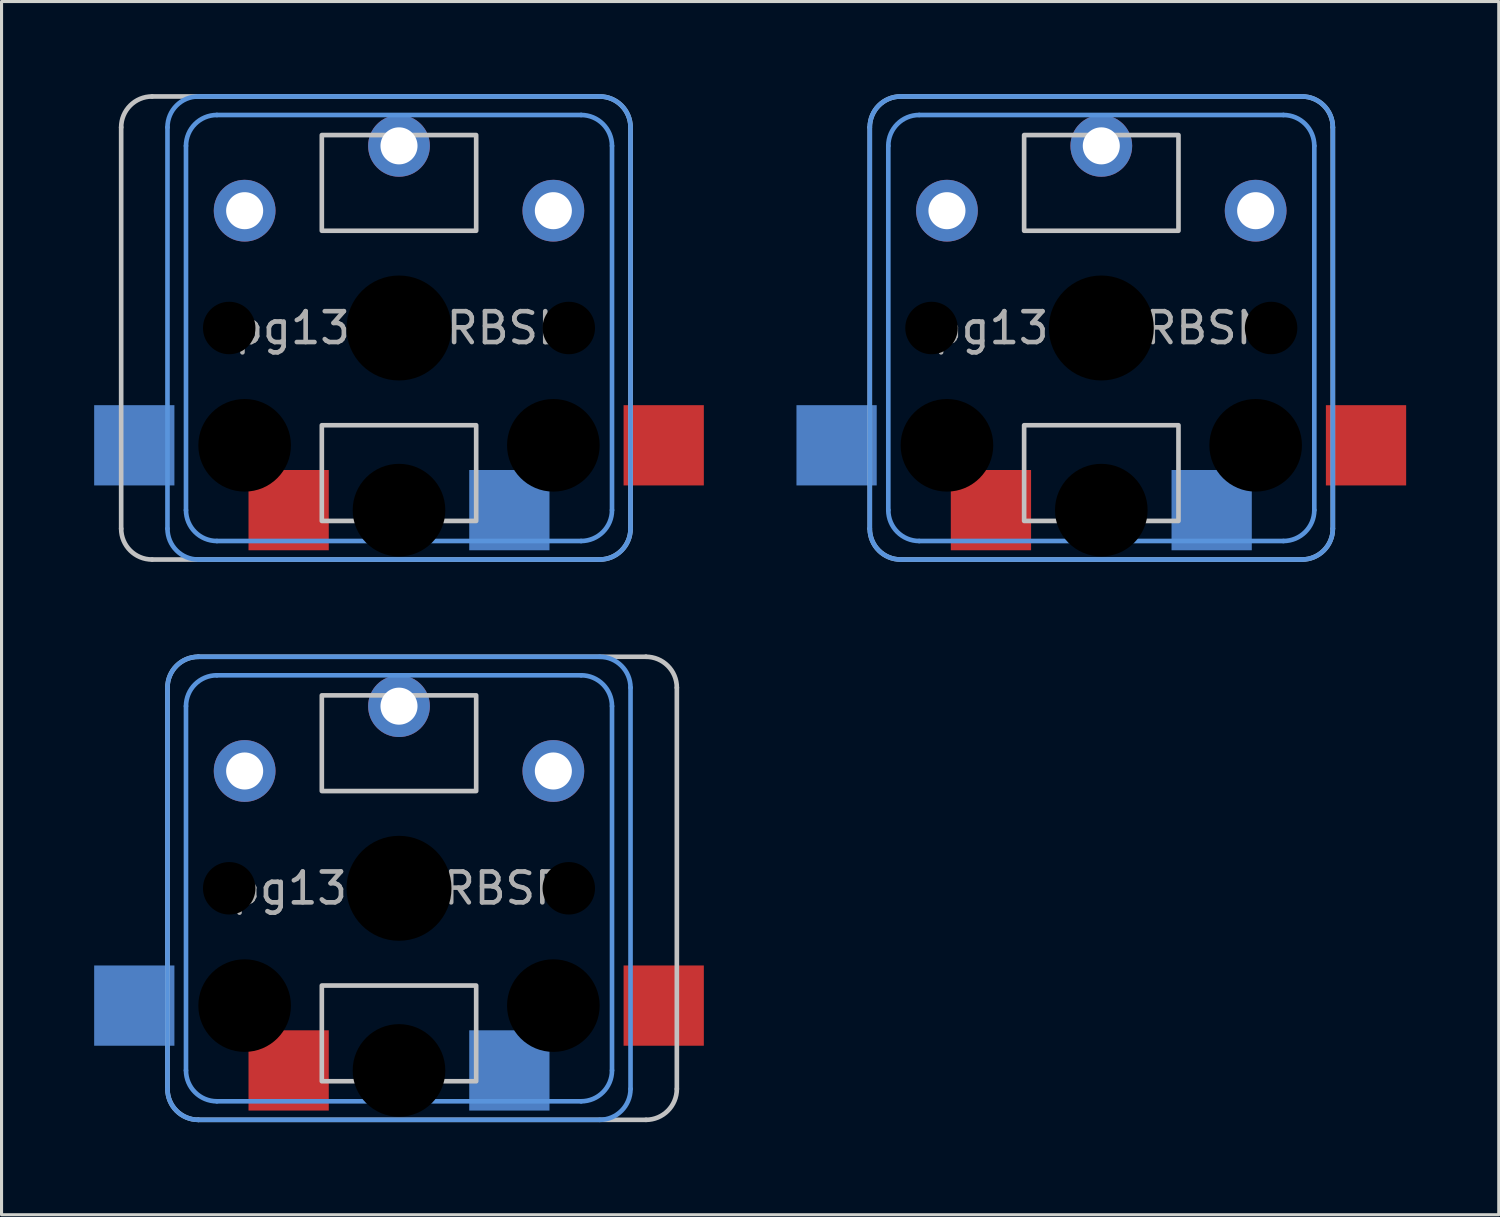
<source format=kicad_pcb>
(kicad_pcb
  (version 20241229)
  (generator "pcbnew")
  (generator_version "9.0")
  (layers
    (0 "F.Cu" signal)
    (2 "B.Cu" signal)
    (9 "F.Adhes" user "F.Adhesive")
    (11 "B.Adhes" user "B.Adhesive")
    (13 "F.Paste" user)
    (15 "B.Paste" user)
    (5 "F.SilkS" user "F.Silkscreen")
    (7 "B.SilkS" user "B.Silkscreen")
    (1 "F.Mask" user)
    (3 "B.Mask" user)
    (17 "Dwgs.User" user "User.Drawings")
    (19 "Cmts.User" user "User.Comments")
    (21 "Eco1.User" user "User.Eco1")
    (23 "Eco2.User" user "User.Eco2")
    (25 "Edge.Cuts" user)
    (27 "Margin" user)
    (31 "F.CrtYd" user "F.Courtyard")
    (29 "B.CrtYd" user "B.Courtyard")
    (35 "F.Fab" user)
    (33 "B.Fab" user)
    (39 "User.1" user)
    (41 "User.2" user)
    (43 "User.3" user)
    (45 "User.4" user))
  (footprint "pg1350-RBSN"
    (layer "F.Cu")
    (at 32.625 7.575)
    (property "Reference" "pg1350-RBSN" (at 0 0 0) (layer "F.Fab") (effects (font (size 1 1) (thickness 0.15))))
    (attr through_hole)
    (fp_line (start -7.5 6.5) (end -7.5 -6.5) (stroke (width 0.15) (type solid)) (layer "Dwgs.User"))
    (fp_line (start -6.5 -7.5) (end 6.5 -7.5) (stroke (width 0.15) (type solid)) (layer "Dwgs.User"))
    (fp_line (start 6.5 7.5) (end -6.5 7.5) (stroke (width 0.15) (type solid)) (layer "Dwgs.User"))
    (fp_line (start 7.5 -6.5) (end 7.5 6.5) (stroke (width 0.15) (type solid)) (layer "Dwgs.User"))
    (fp_rect (start 2.5 -6.25) (end -2.5 -3.15) (stroke (width 0.15) (type solid)) (fill no) (layer "Dwgs.User"))
    (fp_rect (start 2.5 6.25) (end -2.5 3.15) (stroke (width 0.15) (type solid)) (fill no) (layer "Dwgs.User"))
    (fp_arc (start -7.5 -6.5) (mid -7.207107 -7.207107) (end -6.5 -7.5) (stroke (width 0.15) (type solid)) (layer "Dwgs.User"))
    (fp_arc (start -6.5 7.5) (mid -7.207107 7.207107) (end -7.5 6.5) (stroke (width 0.15) (type solid)) (layer "Dwgs.User"))
    (fp_arc (start 6.5 -7.5) (mid 7.207107 -7.207107) (end 7.5 -6.5) (stroke (width 0.15) (type solid)) (layer "Dwgs.User"))
    (fp_arc (start 7.5 6.5) (mid 7.207107 7.207107) (end 6.5 7.5) (stroke (width 0.15) (type solid)) (layer "Dwgs.User"))
    (fp_line (start -7.5 6.5) (end -7.5 -6.5) (stroke (width 0.15) (type solid)) (layer "Cmts.User"))
    (fp_line (start -6.9 5.9) (end -6.9 -5.9) (stroke (width 0.15) (type solid)) (layer "Cmts.User"))
    (fp_line (start -6.5 -7.5) (end 6.5 -7.5) (stroke (width 0.15) (type solid)) (layer "Cmts.User"))
    (fp_line (start -5.9 -6.9) (end 5.9 -6.9) (stroke (width 0.15) (type solid)) (layer "Cmts.User"))
    (fp_line (start 5.9 6.9) (end -5.9 6.9) (stroke (width 0.15) (type solid)) (layer "Cmts.User"))
    (fp_line (start 6.5 7.5) (end -6.5 7.5) (stroke (width 0.15) (type solid)) (layer "Cmts.User"))
    (fp_line (start 6.9 -5.9) (end 6.9 5.9) (stroke (width 0.15) (type solid)) (layer "Cmts.User"))
    (fp_line (start 7.5 -6.5) (end 7.5 6.5) (stroke (width 0.15) (type solid)) (layer "Cmts.User"))
    (fp_arc (start -7.5 -6.5) (mid -7.207107 -7.207107) (end -6.5 -7.5) (stroke (width 0.15) (type solid)) (layer "Cmts.User"))
    (fp_arc (start -6.9 -5.9) (mid -6.607107 -6.607107) (end -5.9 -6.9) (stroke (width 0.15) (type solid)) (layer "Cmts.User"))
    (fp_arc (start -6.5 7.5) (mid -7.207107 7.207107) (end -7.5 6.5) (stroke (width 0.15) (type solid)) (layer "Cmts.User"))
    (fp_arc (start -5.9 6.9) (mid -6.607107 6.607107) (end -6.9 5.9) (stroke (width 0.15) (type solid)) (layer "Cmts.User"))
    (fp_arc (start 5.9 -6.9) (mid 6.607107 -6.607107) (end 6.9 -5.9) (stroke (width 0.15) (type solid)) (layer "Cmts.User"))
    (fp_arc (start 6.5 -7.5) (mid 7.207107 -7.207107) (end 7.5 -6.5) (stroke (width 0.15) (type solid)) (layer "Cmts.User"))
    (fp_arc (start 6.9 5.9) (mid 6.607107 6.607107) (end 5.9 6.9) (stroke (width 0.15) (type solid)) (layer "Cmts.User"))
    (fp_arc (start 7.5 6.5) (mid 7.207107 7.207107) (end 6.5 7.5) (stroke (width 0.15) (type solid)) (layer "Cmts.User"))
    (pad "" np_thru_hole circle (at -5.5 0) (size 1.7 1.7) (drill 1.7) (layers "*.Mask"))
    (pad "" np_thru_hole circle (at -5 3.8 180) (size 3 3) (drill 3) (layers "*.Mask"))
    (pad "" np_thru_hole circle (at 0 0) (size 3.4 3.4) (drill 3.4) (layers "*.Mask"))
    (pad "" np_thru_hole circle (at 0 5.9 180) (size 3 3) (drill 3) (layers "*.Mask"))
    (pad "" np_thru_hole circle (at 5 3.8 180) (size 3 3) (drill 3) (layers "*.Mask"))
    (pad "" np_thru_hole circle (at 5.5 0) (size 1.7 1.7) (drill 1.7) (layers "*.Mask"))
    (pad "1" smd rect (at -3.575 5.9 180) (size 2.6 2.6) (layers "F.Cu" "F.Mask"))
    (pad "1" thru_hole circle (at 0 -5.9) (size 2 2) (drill 1.2) (layers "*.Cu" "*.Mask"))
    (pad "1" smd rect (at 3.575 5.9 180) (size 2.6 2.6) (layers "B.Cu" "B.Mask"))
    (pad "2" smd rect (at -8.575 3.8 180) (size 2.6 2.6) (layers "B.Cu" "B.Mask"))
    (pad "2" thru_hole circle (at -5 -3.8) (size 2 2) (drill 1.2) (layers "*.Cu" "F.Mask"))
    (pad "2" thru_hole circle (at 5 -3.8) (size 2 2) (drill 1.2) (layers "*.Cu" "B.Mask"))
    (pad "2" smd rect (at 8.575 3.8 180) (size 2.6 2.6) (layers "F.Cu" "F.Mask")))
  (footprint "pg1350-RBSR"
    (layer "F.Cu")
    (at 9.875 25.725)
    (property "Reference" "pg1350-RBSR" (at 0 0 0) (layer "F.Fab") (effects (font (size 1 1) (thickness 0.15))))
    (attr through_hole)
    (fp_line (start -7.5 6.5) (end -7.5 -6.5) (stroke (width 0.15) (type solid)) (layer "Dwgs.User"))
    (fp_line (start -6.5 -7.5) (end 8 -7.5) (stroke (width 0.15) (type solid)) (layer "Dwgs.User"))
    (fp_line (start 8 7.5) (end -6.5 7.5) (stroke (width 0.15) (type solid)) (layer "Dwgs.User"))
    (fp_line (start 9 -6.5) (end 9 6.5) (stroke (width 0.15) (type solid)) (layer "Dwgs.User"))
    (fp_rect (start 2.5 -6.25) (end -2.5 -3.15) (stroke (width 0.15) (type solid)) (fill no) (layer "Dwgs.User"))
    (fp_rect (start 2.5 6.25) (end -2.5 3.15) (stroke (width 0.15) (type solid)) (fill no) (layer "Dwgs.User"))
    (fp_arc (start -7.5 -6.5) (mid -7.207107 -7.207107) (end -6.5 -7.5) (stroke (width 0.15) (type solid)) (layer "Dwgs.User"))
    (fp_arc (start -6.5 7.5) (mid -7.207107 7.207107) (end -7.5 6.5) (stroke (width 0.15) (type solid)) (layer "Dwgs.User"))
    (fp_arc (start 8 -7.5) (mid 8.707107 -7.207107) (end 9 -6.5) (stroke (width 0.15) (type solid)) (layer "Dwgs.User"))
    (fp_arc (start 9 6.5) (mid 8.707107 7.207107) (end 8 7.5) (stroke (width 0.15) (type solid)) (layer "Dwgs.User"))
    (fp_line (start -7.5 6.5) (end -7.5 -6.5) (stroke (width 0.15) (type solid)) (layer "Cmts.User"))
    (fp_line (start -6.9 5.9) (end -6.9 -5.9) (stroke (width 0.15) (type solid)) (layer "Cmts.User"))
    (fp_line (start -6.5 -7.5) (end 6.5 -7.5) (stroke (width 0.15) (type solid)) (layer "Cmts.User"))
    (fp_line (start -5.9 -6.9) (end 5.9 -6.9) (stroke (width 0.15) (type solid)) (layer "Cmts.User"))
    (fp_line (start 5.9 6.9) (end -5.9 6.9) (stroke (width 0.15) (type solid)) (layer "Cmts.User"))
    (fp_line (start 6.5 7.5) (end -6.5 7.5) (stroke (width 0.15) (type solid)) (layer "Cmts.User"))
    (fp_line (start 6.9 -5.9) (end 6.9 5.9) (stroke (width 0.15) (type solid)) (layer "Cmts.User"))
    (fp_line (start 7.5 -6.5) (end 7.5 6.5) (stroke (width 0.15) (type solid)) (layer "Cmts.User"))
    (fp_arc (start -7.5 -6.5) (mid -7.207107 -7.207107) (end -6.5 -7.5) (stroke (width 0.15) (type solid)) (layer "Cmts.User"))
    (fp_arc (start -6.9 -5.9) (mid -6.607107 -6.607107) (end -5.9 -6.9) (stroke (width 0.15) (type solid)) (layer "Cmts.User"))
    (fp_arc (start -6.5 7.5) (mid -7.207107 7.207107) (end -7.5 6.5) (stroke (width 0.15) (type solid)) (layer "Cmts.User"))
    (fp_arc (start -5.9 6.9) (mid -6.607107 6.607107) (end -6.9 5.9) (stroke (width 0.15) (type solid)) (layer "Cmts.User"))
    (fp_arc (start 5.9 -6.9) (mid 6.607107 -6.607107) (end 6.9 -5.9) (stroke (width 0.15) (type solid)) (layer "Cmts.User"))
    (fp_arc (start 6.5 -7.5) (mid 7.207107 -7.207107) (end 7.5 -6.5) (stroke (width 0.15) (type solid)) (layer "Cmts.User"))
    (fp_arc (start 6.9 5.9) (mid 6.607107 6.607107) (end 5.9 6.9) (stroke (width 0.15) (type solid)) (layer "Cmts.User"))
    (fp_arc (start 7.5 6.5) (mid 7.207107 7.207107) (end 6.5 7.5) (stroke (width 0.15) (type solid)) (layer "Cmts.User"))
    (pad "" np_thru_hole circle (at -5.5 0) (size 1.7 1.7) (drill 1.7) (layers "*.Mask"))
    (pad "" np_thru_hole circle (at -5 3.8 180) (size 3 3) (drill 3) (layers "*.Mask"))
    (pad "" np_thru_hole circle (at 0 0) (size 3.4 3.4) (drill 3.4) (layers "*.Mask"))
    (pad "" np_thru_hole circle (at 0 5.9 180) (size 3 3) (drill 3) (layers "*.Mask"))
    (pad "" np_thru_hole circle (at 5 3.8 180) (size 3 3) (drill 3) (layers "*.Mask"))
    (pad "" np_thru_hole circle (at 5.5 0) (size 1.7 1.7) (drill 1.7) (layers "*.Mask"))
    (pad "1" smd rect (at -3.575 5.9 180) (size 2.6 2.6) (layers "F.Cu" "F.Mask"))
    (pad "1" thru_hole circle (at 0 -5.9) (size 2 2) (drill 1.2) (layers "*.Cu" "*.Mask"))
    (pad "1" smd rect (at 3.575 5.9 180) (size 2.6 2.6) (layers "B.Cu" "B.Mask"))
    (pad "2" smd rect (at -8.575 3.8 180) (size 2.6 2.6) (layers "B.Cu" "B.Mask"))
    (pad "2" thru_hole circle (at -5 -3.8) (size 2 2) (drill 1.2) (layers "*.Cu" "F.Mask"))
    (pad "2" thru_hole circle (at 5 -3.8) (size 2 2) (drill 1.2) (layers "*.Cu" "B.Mask"))
    (pad "2" smd rect (at 8.575 3.8 180) (size 2.6 2.6) (layers "F.Cu" "F.Mask")))
  (footprint "pg1350-RBSL"
    (layer "F.Cu")
    (at 9.875 7.575)
    (property "Reference" "pg1350-RBSL" (at 0 0 0) (layer "F.Fab") (effects (font (size 1 1) (thickness 0.15))))
    (attr through_hole)
    (fp_line (start -9 6.5) (end -9 -6.5) (stroke (width 0.15) (type solid)) (layer "Dwgs.User"))
    (fp_line (start -8 -7.5) (end 6.5 -7.5) (stroke (width 0.15) (type solid)) (layer "Dwgs.User"))
    (fp_line (start 6.5 7.5) (end -8 7.5) (stroke (width 0.15) (type solid)) (layer "Dwgs.User"))
    (fp_line (start 7.5 -6.5) (end 7.5 6.5) (stroke (width 0.15) (type solid)) (layer "Dwgs.User"))
    (fp_rect (start 2.5 -6.25) (end -2.5 -3.15) (stroke (width 0.15) (type solid)) (fill no) (layer "Dwgs.User"))
    (fp_rect (start 2.5 6.25) (end -2.5 3.15) (stroke (width 0.15) (type solid)) (fill no) (layer "Dwgs.User"))
    (fp_arc (start -9 -6.5) (mid -8.707107 -7.207107) (end -8 -7.5) (stroke (width 0.15) (type solid)) (layer "Dwgs.User"))
    (fp_arc (start -8 7.5) (mid -8.707107 7.207107) (end -9 6.5) (stroke (width 0.15) (type solid)) (layer "Dwgs.User"))
    (fp_arc (start 6.5 -7.5) (mid 7.207107 -7.207107) (end 7.5 -6.5) (stroke (width 0.15) (type solid)) (layer "Dwgs.User"))
    (fp_arc (start 7.5 6.5) (mid 7.207107 7.207107) (end 6.5 7.5) (stroke (width 0.15) (type solid)) (layer "Dwgs.User"))
    (fp_line (start -7.5 6.5) (end -7.5 -6.5) (stroke (width 0.15) (type solid)) (layer "Cmts.User"))
    (fp_line (start -6.9 5.9) (end -6.9 -5.9) (stroke (width 0.15) (type solid)) (layer "Cmts.User"))
    (fp_line (start -6.5 -7.5) (end 6.5 -7.5) (stroke (width 0.15) (type solid)) (layer "Cmts.User"))
    (fp_line (start -5.9 -6.9) (end 5.9 -6.9) (stroke (width 0.15) (type solid)) (layer "Cmts.User"))
    (fp_line (start 5.9 6.9) (end -5.9 6.9) (stroke (width 0.15) (type solid)) (layer "Cmts.User"))
    (fp_line (start 6.5 7.5) (end -6.5 7.5) (stroke (width 0.15) (type solid)) (layer "Cmts.User"))
    (fp_line (start 6.9 -5.9) (end 6.9 5.9) (stroke (width 0.15) (type solid)) (layer "Cmts.User"))
    (fp_line (start 7.5 -6.5) (end 7.5 6.5) (stroke (width 0.15) (type solid)) (layer "Cmts.User"))
    (fp_arc (start -7.5 -6.5) (mid -7.207107 -7.207107) (end -6.5 -7.5) (stroke (width 0.15) (type solid)) (layer "Cmts.User"))
    (fp_arc (start -6.9 -5.9) (mid -6.607107 -6.607107) (end -5.9 -6.9) (stroke (width 0.15) (type solid)) (layer "Cmts.User"))
    (fp_arc (start -6.5 7.5) (mid -7.207107 7.207107) (end -7.5 6.5) (stroke (width 0.15) (type solid)) (layer "Cmts.User"))
    (fp_arc (start -5.9 6.9) (mid -6.607107 6.607107) (end -6.9 5.9) (stroke (width 0.15) (type solid)) (layer "Cmts.User"))
    (fp_arc (start 5.9 -6.9) (mid 6.607107 -6.607107) (end 6.9 -5.9) (stroke (width 0.15) (type solid)) (layer "Cmts.User"))
    (fp_arc (start 6.5 -7.5) (mid 7.207107 -7.207107) (end 7.5 -6.5) (stroke (width 0.15) (type solid)) (layer "Cmts.User"))
    (fp_arc (start 6.9 5.9) (mid 6.607107 6.607107) (end 5.9 6.9) (stroke (width 0.15) (type solid)) (layer "Cmts.User"))
    (fp_arc (start 7.5 6.5) (mid 7.207107 7.207107) (end 6.5 7.5) (stroke (width 0.15) (type solid)) (layer "Cmts.User"))
    (pad "" np_thru_hole circle (at -5.5 0) (size 1.7 1.7) (drill 1.7) (layers "*.Mask"))
    (pad "" np_thru_hole circle (at -5 3.8 180) (size 3 3) (drill 3) (layers "*.Mask"))
    (pad "" np_thru_hole circle (at 0 0) (size 3.4 3.4) (drill 3.4) (layers "*.Mask"))
    (pad "" np_thru_hole circle (at 0 5.9 180) (size 3 3) (drill 3) (layers "*.Mask"))
    (pad "" np_thru_hole circle (at 5 3.8 180) (size 3 3) (drill 3) (layers "*.Mask"))
    (pad "" np_thru_hole circle (at 5.5 0) (size 1.7 1.7) (drill 1.7) (layers "*.Mask"))
    (pad "1" smd rect (at -3.575 5.9 180) (size 2.6 2.6) (layers "F.Cu" "F.Mask"))
    (pad "1" thru_hole circle (at 0 -5.9) (size 2 2) (drill 1.2) (layers "*.Cu" "*.Mask"))
    (pad "1" smd rect (at 3.575 5.9 180) (size 2.6 2.6) (layers "B.Cu" "B.Mask"))
    (pad "2" smd rect (at -8.575 3.8 180) (size 2.6 2.6) (layers "B.Cu" "B.Mask"))
    (pad "2" thru_hole circle (at -5 -3.8) (size 2 2) (drill 1.2) (layers "*.Cu" "F.Mask"))
    (pad "2" thru_hole circle (at 5 -3.8) (size 2 2) (drill 1.2) (layers "*.Cu" "B.Mask"))
    (pad "2" smd rect (at 8.575 3.8 180) (size 2.6 2.6) (layers "F.Cu" "F.Mask")))
  (gr_rect
    (start -3 -3)
    (end 45.5 36.3)
    (stroke (width 0.1) (type default))
    (fill no)
    (layer "Edge.Cuts")))
</source>
